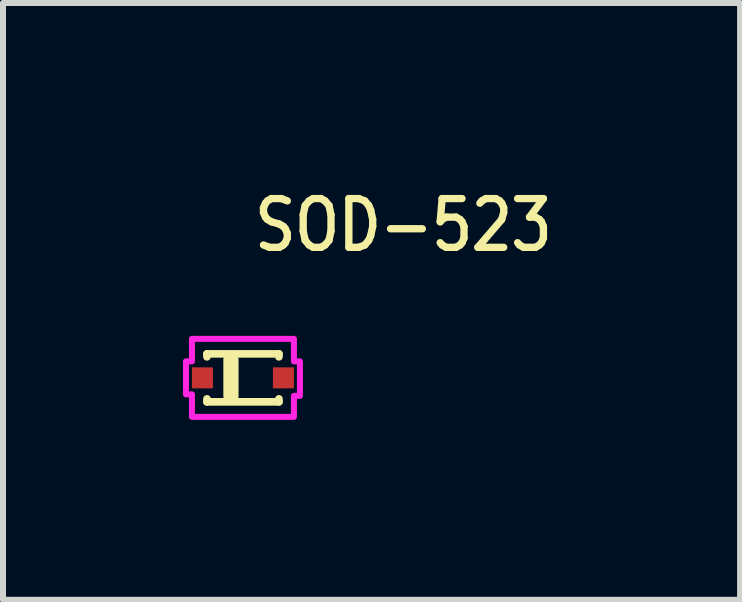
<source format=kicad_pcb>
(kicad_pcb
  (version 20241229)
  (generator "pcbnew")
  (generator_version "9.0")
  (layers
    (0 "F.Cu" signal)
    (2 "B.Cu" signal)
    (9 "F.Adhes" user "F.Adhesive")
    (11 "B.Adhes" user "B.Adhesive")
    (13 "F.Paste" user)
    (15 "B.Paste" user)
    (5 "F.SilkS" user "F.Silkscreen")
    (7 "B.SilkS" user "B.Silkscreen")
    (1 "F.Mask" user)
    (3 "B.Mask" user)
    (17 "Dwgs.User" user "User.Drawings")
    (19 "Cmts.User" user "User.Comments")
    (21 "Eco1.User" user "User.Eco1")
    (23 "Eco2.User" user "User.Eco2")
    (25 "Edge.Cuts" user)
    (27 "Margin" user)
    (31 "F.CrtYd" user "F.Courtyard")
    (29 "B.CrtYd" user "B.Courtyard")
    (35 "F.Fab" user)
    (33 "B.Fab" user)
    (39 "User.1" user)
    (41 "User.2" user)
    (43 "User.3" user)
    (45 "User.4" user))
  (footprint "SOD-523"
    (layer "F.Cu")
    (at 1 3.249)
    (property "Reference" "SOD-523" (at 0.13 -2.07 0) (unlocked yes) (layer "F.SilkS") (effects (font (size 0.813 0.695) (thickness 0.122)) (justify left bottom)))
    (fp_line (start -0.6 -0.4) (end -0.6 -0.35) (stroke (width 0.127) (type solid)) (layer "F.SilkS"))
    (fp_line (start -0.6 0.4) (end -0.6 0.35) (stroke (width 0.127) (type solid)) (layer "F.SilkS"))
    (fp_line (start -0.2 -0.3) (end -0.2 0.3) (stroke (width 0.254) (type solid)) (layer "F.SilkS"))
    (fp_line (start 0.6 -0.4) (end -0.6 -0.4) (stroke (width 0.127) (type solid)) (layer "F.SilkS"))
    (fp_line (start 0.6 -0.4) (end 0.6 -0.35) (stroke (width 0.127) (type solid)) (layer "F.SilkS"))
    (fp_line (start 0.6 0.4) (end -0.6 0.4) (stroke (width 0.127) (type solid)) (layer "F.SilkS"))
    (fp_line (start 0.6 0.4) (end 0.6 0.35) (stroke (width 0.127) (type solid)) (layer "F.SilkS"))
    (fp_poly (pts (xy -0.95 -0.275) (xy -0.95 0.275) (xy -0.85 0.275) (xy -0.85 0.65) (xy 0.85 0.65) (xy 0.85 0.3) (xy 0.95 0.3) (xy 0.95 -0.275) (xy 0.85 -0.275) (xy 0.85 -0.65) (xy -0.85 -0.65) (xy -0.85 -0.275)) (stroke (width 0.1) (type solid)) (fill no) (layer "F.CrtYd"))
    (pad "ANODE" smd rect (at 0.675 0 270) (size 0.35 0.35) (layers "F.Cu" "F.Mask" "F.Paste"))
    (pad "CATHODE" smd rect (at -0.675 0 270) (size 0.35 0.35) (layers "F.Cu" "F.Mask" "F.Paste")))
  (gr_rect
    (start -3 -3)
    (end 9.288 6.949)
    (stroke (width 0.1) (type default))
    (fill no)
    (layer "Edge.Cuts")))
</source>
